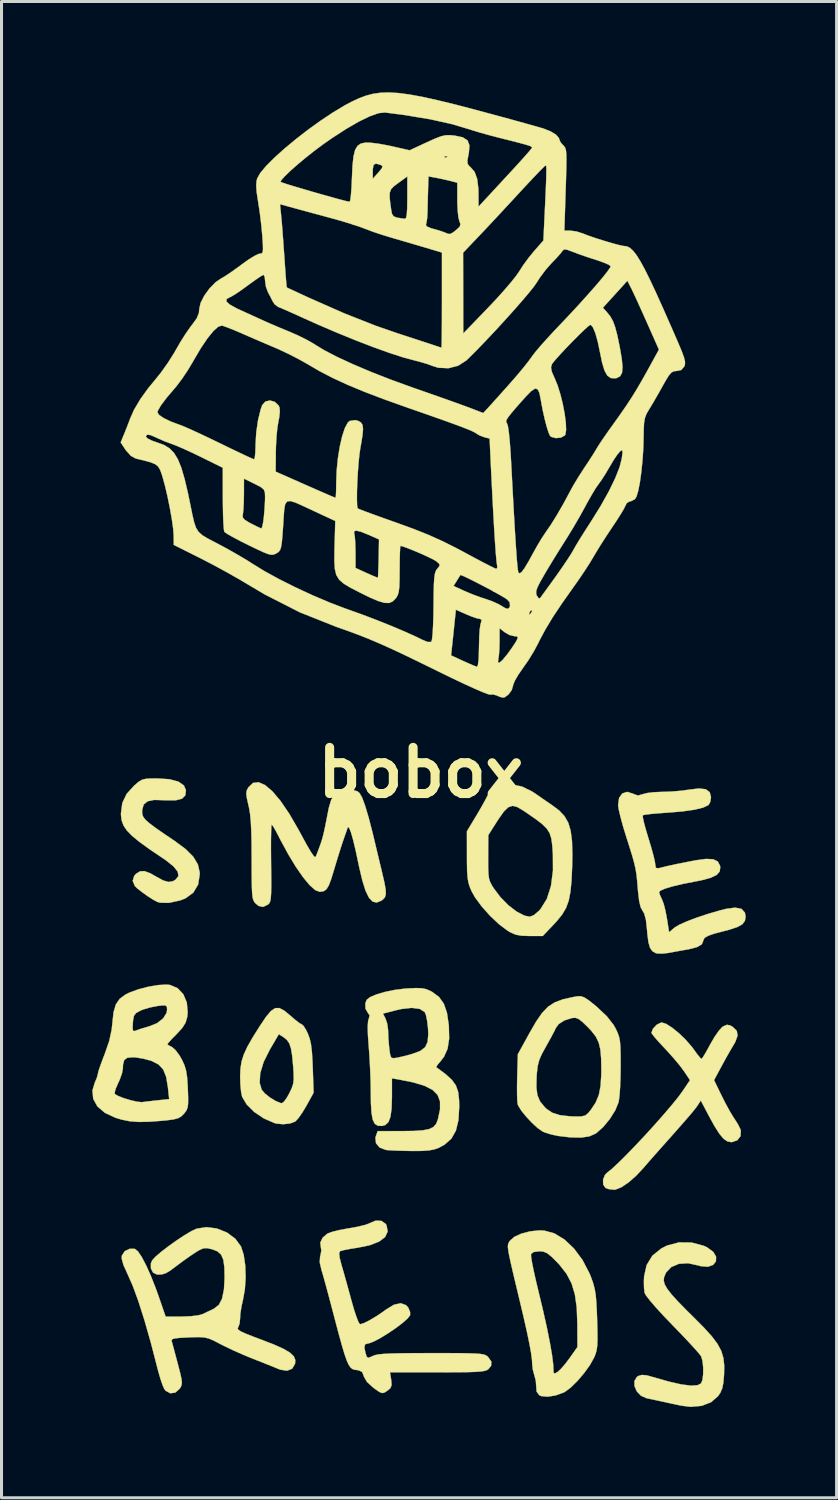
<source format=kicad_pcb>
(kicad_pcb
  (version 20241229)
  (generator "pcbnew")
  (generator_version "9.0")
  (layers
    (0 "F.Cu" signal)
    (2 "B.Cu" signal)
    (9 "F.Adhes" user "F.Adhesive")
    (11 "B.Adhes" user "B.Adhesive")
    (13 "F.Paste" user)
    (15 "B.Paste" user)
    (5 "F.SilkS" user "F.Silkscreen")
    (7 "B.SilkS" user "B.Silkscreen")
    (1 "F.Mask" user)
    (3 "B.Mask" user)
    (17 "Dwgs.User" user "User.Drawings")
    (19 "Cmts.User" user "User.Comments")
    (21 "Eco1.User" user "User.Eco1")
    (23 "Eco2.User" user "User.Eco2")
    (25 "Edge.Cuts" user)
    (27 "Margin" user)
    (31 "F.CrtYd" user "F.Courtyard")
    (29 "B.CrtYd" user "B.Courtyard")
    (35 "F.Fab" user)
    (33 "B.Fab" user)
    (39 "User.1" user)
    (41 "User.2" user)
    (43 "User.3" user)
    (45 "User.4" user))
  (footprint "bobox"
    (layer "F.Cu")
    (at 10.852 22.477)
    (property "Reference" "bobox" (at 0 0 0) (layer "F.SilkS") (effects (font (size 1.524 1.524) (thickness 0.3))))
    (attr through_hole)
    (fp_poly (pts (xy -8.307 0.217) (xy -8.01 0.295) (xy -7.826 0.424) (xy -7.759 0.581) (xy -7.779 0.751) (xy -7.889 0.861) (xy -8.099 0.914) (xy -8.417 0.915) (xy -8.489 0.91) (xy -8.81 0.901) (xy -9.026 0.946) (xy -9.153 1.051) (xy -9.204 1.225) (xy -9.207 1.298) (xy -9.199 1.384) (xy -9.166 1.467) (xy -9.093 1.559) (xy -8.968 1.67) (xy -8.776 1.815) (xy -8.506 2.003) (xy -8.142 2.249) (xy -8.134 2.254) (xy -7.769 2.525) (xy -7.516 2.779) (xy -7.365 3.031) (xy -7.305 3.294) (xy -7.303 3.36) (xy -7.356 3.697) (xy -7.515 3.963) (xy -7.774 4.153) (xy -7.95 4.221) (xy -8.322 4.302) (xy -8.608 4.297) (xy -8.7 4.272) (xy -8.833 4.202) (xy -9.017 4.085) (xy -9.209 3.948) (xy -9.368 3.823) (xy -9.444 3.75) (xy -9.518 3.575) (xy -9.467 3.408) (xy -9.409 3.344) (xy -9.277 3.26) (xy -9.128 3.253) (xy -8.935 3.325) (xy -8.753 3.429) (xy -8.512 3.561) (xy -8.333 3.612) (xy -8.187 3.586) (xy -8.099 3.534) (xy -8.007 3.415) (xy -8.03 3.271) (xy -8.168 3.099) (xy -8.424 2.893) (xy -8.524 2.826) (xy -8.955 2.534) (xy -9.289 2.293) (xy -9.536 2.09) (xy -9.71 1.912) (xy -9.821 1.747) (xy -9.882 1.582) (xy -9.905 1.404) (xy -9.906 1.347) (xy -9.861 1.001) (xy -9.717 0.701) (xy -9.471 0.429) (xy -9.331 0.308) (xy -9.216 0.237) (xy -9.084 0.203) (xy -8.893 0.192) (xy -8.715 0.191) (xy -8.307 0.217)) (stroke (width 0.01) (type solid)) (fill yes) (layer "F.SilkS"))
    (fp_poly (pts (xy -4.513 7.86) (xy -4.316 8.022) (xy -4.312 8.026) (xy -4.141 8.173) (xy -4.003 8.278) (xy -3.927 8.318) (xy -3.927 8.319) (xy -3.869 8.372) (xy -3.786 8.508) (xy -3.732 8.62) (xy -3.671 8.783) (xy -3.628 8.97) (xy -3.598 9.211) (xy -3.578 9.535) (xy -3.569 9.747) (xy -3.541 10.573) (xy -3.777 11.002) (xy -3.909 11.223) (xy -4.038 11.408) (xy -4.139 11.519) (xy -4.148 11.526) (xy -4.317 11.59) (xy -4.545 11.615) (xy -4.771 11.594) (xy -4.826 11.58) (xy -5.185 11.424) (xy -5.504 11.21) (xy -5.753 10.962) (xy -5.902 10.711) (xy -5.935 10.56) (xy -5.958 10.33) (xy -5.961 10.25) (xy -5.323 10.25) (xy -5.256 10.476) (xy -5.152 10.599) (xy -4.982 10.734) (xy -4.793 10.849) (xy -4.63 10.915) (xy -4.589 10.921) (xy -4.52 10.869) (xy -4.423 10.734) (xy -4.343 10.591) (xy -4.262 10.42) (xy -4.215 10.277) (xy -4.198 10.119) (xy -4.203 9.905) (xy -4.217 9.699) (xy -4.249 9.354) (xy -4.289 9.11) (xy -4.345 8.943) (xy -4.426 8.827) (xy -4.529 8.744) (xy -4.689 8.64) (xy -4.984 9.143) (xy -5.192 9.558) (xy -5.305 9.932) (xy -5.323 10.25) (xy -5.961 10.25) (xy -5.968 10.068) (xy -5.968 10.045) (xy -5.958 9.784) (xy -5.923 9.551) (xy -5.851 9.32) (xy -5.734 9.064) (xy -5.561 8.759) (xy -5.322 8.379) (xy -5.314 8.366) (xy -5.113 8.067) (xy -4.951 7.874) (xy -4.811 7.78) (xy -4.671 7.777) (xy -4.513 7.86)) (stroke (width 0.01) (type solid)) (fill yes) (layer "F.SilkS"))
    (fp_poly (pts (xy 8.944 15.524) (xy 9.349 15.632) (xy 9.458 15.683) (xy 9.662 15.831) (xy 9.756 15.993) (xy 9.751 16.145) (xy 9.658 16.263) (xy 9.487 16.324) (xy 9.25 16.305) (xy 9.172 16.282) (xy 8.832 16.208) (xy 8.527 16.227) (xy 8.277 16.333) (xy 8.101 16.517) (xy 8.037 16.673) (xy 8.027 16.784) (xy 8.058 16.906) (xy 8.141 17.053) (xy 8.284 17.237) (xy 8.497 17.472) (xy 8.79 17.771) (xy 8.991 17.969) (xy 9.345 18.325) (xy 9.612 18.619) (xy 9.803 18.873) (xy 9.928 19.107) (xy 9.998 19.34) (xy 10.025 19.592) (xy 10.02 19.878) (xy 9.997 20.154) (xy 9.959 20.345) (xy 9.894 20.492) (xy 9.82 20.599) (xy 9.59 20.8) (xy 9.281 20.919) (xy 8.913 20.952) (xy 8.604 20.913) (xy 8.48 20.887) (xy 8.276 20.843) (xy 8.035 20.79) (xy 8.033 20.79) (xy 7.792 20.738) (xy 7.587 20.694) (xy 7.461 20.668) (xy 7.46 20.668) (xy 7.274 20.585) (xy 7.137 20.442) (xy 7.061 20.268) (xy 7.058 20.098) (xy 7.141 19.963) (xy 7.185 19.934) (xy 7.303 19.898) (xy 7.461 19.911) (xy 7.645 19.961) (xy 8.179 20.114) (xy 8.603 20.211) (xy 8.923 20.252) (xy 9.143 20.238) (xy 9.258 20.18) (xy 9.305 20.068) (xy 9.329 19.876) (xy 9.33 19.65) (xy 9.308 19.438) (xy 9.263 19.284) (xy 9.197 19.197) (xy 9.057 19.036) (xy 8.857 18.818) (xy 8.613 18.56) (xy 8.34 18.278) (xy 8.314 18.251) (xy 8.015 17.94) (xy 7.761 17.662) (xy 7.565 17.433) (xy 7.438 17.267) (xy 7.394 17.186) (xy 7.375 17.026) (xy 7.371 16.8) (xy 7.378 16.644) (xy 7.461 16.268) (xy 7.65 15.96) (xy 7.947 15.719) (xy 8.14 15.622) (xy 8.528 15.52) (xy 8.944 15.524)) (stroke (width 0.01) (type solid)) (fill yes) (layer "F.SilkS"))
    (fp_poly (pts (xy 3.339 0.457) (xy 3.677 0.622) (xy 3.818 0.716) (xy 4.028 0.862) (xy 4.214 0.99) (xy 4.337 1.074) (xy 4.339 1.075) (xy 4.571 1.249) (xy 4.746 1.434) (xy 4.871 1.651) (xy 4.952 1.919) (xy 4.996 2.258) (xy 5.008 2.687) (xy 5.001 3.103) (xy 4.98 3.571) (xy 4.944 3.938) (xy 4.887 4.229) (xy 4.8 4.468) (xy 4.674 4.683) (xy 4.501 4.897) (xy 4.389 5.019) (xy 4.029 5.397) (xy 3.586 5.396) (xy 3.323 5.387) (xy 3.134 5.352) (xy 2.964 5.278) (xy 2.857 5.214) (xy 2.578 5.003) (xy 2.285 4.726) (xy 2.012 4.419) (xy 1.79 4.117) (xy 1.682 3.924) (xy 1.616 3.771) (xy 1.572 3.626) (xy 1.545 3.458) (xy 1.53 3.238) (xy 1.528 3.117) (xy 2.226 3.117) (xy 2.234 3.339) (xy 2.254 3.496) (xy 2.293 3.617) (xy 2.355 3.734) (xy 2.405 3.813) (xy 2.633 4.116) (xy 2.895 4.382) (xy 3.166 4.59) (xy 3.421 4.722) (xy 3.599 4.76) (xy 3.734 4.709) (xy 3.903 4.565) (xy 3.961 4.5) (xy 4.165 4.171) (xy 4.301 3.745) (xy 4.367 3.233) (xy 4.364 2.704) (xy 4.344 2.408) (xy 4.314 2.181) (xy 4.259 2.003) (xy 4.164 1.85) (xy 4.012 1.7) (xy 3.791 1.53) (xy 3.483 1.318) (xy 3.383 1.251) (xy 3.187 1.135) (xy 3.03 1.096) (xy 2.89 1.143) (xy 2.744 1.285) (xy 2.57 1.531) (xy 2.534 1.587) (xy 2.23 2.064) (xy 2.226 2.797) (xy 2.226 3.117) (xy 1.528 3.117) (xy 1.525 2.934) (xy 1.525 2.762) (xy 1.524 1.937) (xy 1.844 1.405) (xy 1.994 1.149) (xy 2.127 0.91) (xy 2.224 0.723) (xy 2.252 0.664) (xy 2.325 0.529) (xy 2.428 0.456) (xy 2.607 0.414) (xy 2.633 0.41) (xy 3.004 0.39) (xy 3.339 0.457)) (stroke (width 0.01) (type solid)) (fill yes) (layer "F.SilkS"))
    (fp_poly (pts (xy 4.072 15.128) (xy 4.412 15.221) (xy 4.748 15.425) (xy 5.064 15.725) (xy 5.346 16.105) (xy 5.577 16.55) (xy 5.622 16.661) (xy 5.691 16.855) (xy 5.741 17.036) (xy 5.776 17.233) (xy 5.799 17.477) (xy 5.816 17.798) (xy 5.826 18.072) (xy 5.836 18.451) (xy 5.838 18.73) (xy 5.83 18.932) (xy 5.809 19.083) (xy 5.774 19.207) (xy 5.733 19.31) (xy 5.595 19.56) (xy 5.401 19.832) (xy 5.179 20.094) (xy 4.956 20.313) (xy 4.76 20.459) (xy 4.728 20.476) (xy 4.456 20.574) (xy 4.195 20.617) (xy 3.983 20.598) (xy 3.917 20.57) (xy 3.826 20.447) (xy 3.815 20.299) (xy 3.8 20.089) (xy 3.755 19.919) (xy 3.701 19.724) (xy 3.683 19.566) (xy 3.673 19.392) (xy 3.641 19.155) (xy 3.584 18.844) (xy 3.501 18.446) (xy 3.388 17.949) (xy 3.265 17.431) (xy 3.141 16.914) (xy 3.044 16.506) (xy 2.972 16.192) (xy 2.922 15.96) (xy 2.912 15.908) (xy 3.642 15.908) (xy 3.645 15.998) (xy 3.676 16.189) (xy 3.731 16.461) (xy 3.805 16.793) (xy 3.894 17.162) (xy 4.041 17.775) (xy 4.166 18.335) (xy 4.265 18.829) (xy 4.336 19.239) (xy 4.375 19.553) (xy 4.381 19.693) (xy 4.388 19.825) (xy 4.427 19.852) (xy 4.521 19.798) (xy 4.628 19.7) (xy 4.773 19.532) (xy 4.918 19.341) (xy 5.175 18.977) (xy 5.172 18.204) (xy 5.152 17.673) (xy 5.091 17.239) (xy 4.982 16.875) (xy 4.815 16.557) (xy 4.582 16.259) (xy 4.505 16.177) (xy 4.316 15.989) (xy 4.178 15.878) (xy 4.058 15.826) (xy 3.927 15.812) (xy 3.916 15.812) (xy 3.725 15.838) (xy 3.642 15.908) (xy 2.912 15.908) (xy 2.891 15.793) (xy 2.878 15.678) (xy 2.881 15.6) (xy 2.896 15.546) (xy 2.922 15.499) (xy 2.947 15.462) (xy 3.091 15.336) (xy 3.325 15.229) (xy 3.609 15.155) (xy 3.908 15.123) (xy 4.072 15.128)) (stroke (width 0.01) (type solid)) (fill yes) (layer "F.SilkS"))
    (fp_poly (pts (xy 8.109 8.301) (xy 8.304 8.426) (xy 8.527 8.607) (xy 8.75 8.822) (xy 8.949 9.05) (xy 9.017 9.141) (xy 9.139 9.309) (xy 9.233 9.424) (xy 9.274 9.46) (xy 9.316 9.408) (xy 9.402 9.269) (xy 9.514 9.068) (xy 9.567 8.969) (xy 9.706 8.73) (xy 9.845 8.53) (xy 9.96 8.404) (xy 9.986 8.386) (xy 10.114 8.33) (xy 10.222 8.35) (xy 10.311 8.403) (xy 10.44 8.53) (xy 10.466 8.689) (xy 10.391 8.897) (xy 10.33 9.002) (xy 10.227 9.176) (xy 10.092 9.413) (xy 9.953 9.668) (xy 9.936 9.699) (xy 9.689 10.159) (xy 9.941 10.678) (xy 10.077 10.945) (xy 10.217 11.2) (xy 10.336 11.396) (xy 10.364 11.437) (xy 10.478 11.616) (xy 10.559 11.779) (xy 10.574 11.823) (xy 10.564 12.008) (xy 10.455 12.147) (xy 10.276 12.207) (xy 10.259 12.208) (xy 10.13 12.182) (xy 10.002 12.094) (xy 9.864 11.929) (xy 9.702 11.675) (xy 9.517 11.338) (xy 9.251 10.832) (xy 9.15 10.987) (xy 9.095 11.065) (xy 9.01 11.172) (xy 8.886 11.321) (xy 8.712 11.522) (xy 8.48 11.786) (xy 8.179 12.126) (xy 7.921 12.415) (xy 7.725 12.636) (xy 7.542 12.845) (xy 7.402 13.007) (xy 7.365 13.05) (xy 7.116 13.317) (xy 6.863 13.539) (xy 6.628 13.697) (xy 6.436 13.774) (xy 6.389 13.779) (xy 6.219 13.761) (xy 6.104 13.722) (xy 6.026 13.608) (xy 6.022 13.445) (xy 6.086 13.288) (xy 6.163 13.21) (xy 6.317 13.087) (xy 6.535 12.884) (xy 6.802 12.619) (xy 7.102 12.309) (xy 7.417 11.973) (xy 7.732 11.627) (xy 8.03 11.289) (xy 8.295 10.978) (xy 8.511 10.711) (xy 8.645 10.528) (xy 8.895 10.159) (xy 8.692 9.858) (xy 8.555 9.674) (xy 8.361 9.441) (xy 8.144 9.198) (xy 8.055 9.103) (xy 7.87 8.905) (xy 7.724 8.739) (xy 7.637 8.626) (xy 7.62 8.593) (xy 7.672 8.458) (xy 7.793 8.329) (xy 7.935 8.258) (xy 7.966 8.255) (xy 8.109 8.301)) (stroke (width 0.01) (type solid)) (fill yes) (layer "F.SilkS"))
    (fp_poly (pts (xy 5.392 7.421) (xy 5.535 7.511) (xy 5.735 7.669) (xy 5.819 7.74) (xy 6.147 8.049) (xy 6.371 8.336) (xy 6.438 8.455) (xy 6.504 8.595) (xy 6.549 8.723) (xy 6.579 8.868) (xy 6.595 9.056) (xy 6.602 9.315) (xy 6.604 9.671) (xy 6.604 9.7) (xy 6.599 10.053) (xy 6.586 10.385) (xy 6.566 10.662) (xy 6.542 10.852) (xy 6.536 10.883) (xy 6.428 11.15) (xy 6.246 11.441) (xy 6.024 11.71) (xy 5.794 11.913) (xy 5.783 11.921) (xy 5.577 12.014) (xy 5.301 12.057) (xy 4.938 12.049) (xy 4.538 12.002) (xy 4.305 11.953) (xy 4.09 11.884) (xy 4.022 11.854) (xy 3.862 11.742) (xy 3.673 11.569) (xy 3.483 11.366) (xy 3.321 11.166) (xy 3.219 11) (xy 3.201 10.952) (xy 3.188 10.832) (xy 3.181 10.617) (xy 3.18 10.401) (xy 3.819 10.401) (xy 3.854 10.659) (xy 3.942 10.864) (xy 4.094 11.05) (xy 4.149 11.104) (xy 4.34 11.234) (xy 4.594 11.316) (xy 4.935 11.355) (xy 5.088 11.36) (xy 5.298 11.358) (xy 5.428 11.329) (xy 5.527 11.252) (xy 5.623 11.134) (xy 5.779 10.897) (xy 5.882 10.648) (xy 5.94 10.353) (xy 5.963 9.979) (xy 5.965 9.842) (xy 5.959 9.447) (xy 5.933 9.149) (xy 5.878 8.918) (xy 5.785 8.725) (xy 5.644 8.541) (xy 5.519 8.408) (xy 5.339 8.234) (xy 5.213 8.137) (xy 5.11 8.1) (xy 4.999 8.106) (xy 4.99 8.108) (xy 4.748 8.184) (xy 4.557 8.305) (xy 4.463 8.433) (xy 4.415 8.535) (xy 4.321 8.714) (xy 4.196 8.939) (xy 4.142 9.036) (xy 4.001 9.293) (xy 3.913 9.494) (xy 3.863 9.687) (xy 3.835 9.924) (xy 3.826 10.055) (xy 3.819 10.401) (xy 3.18 10.401) (xy 3.18 10.338) (xy 3.185 10.055) (xy 3.207 9.303) (xy 3.588 8.61) (xy 3.809 8.226) (xy 4.007 7.94) (xy 4.204 7.734) (xy 4.425 7.59) (xy 4.695 7.489) (xy 5.037 7.413) (xy 5.175 7.389) (xy 5.281 7.385) (xy 5.392 7.421)) (stroke (width 0.01) (type solid)) (fill yes) (layer "F.SilkS"))
    (fp_poly (pts (xy -5.143 0.411) (xy -4.901 0.617) (xy -4.634 0.934) (xy -4.345 1.358) (xy -4.039 1.886) (xy -3.974 2.006) (xy -3.775 2.373) (xy -3.627 2.625) (xy -3.529 2.764) (xy -3.479 2.792) (xy -3.477 2.789) (xy -3.447 2.719) (xy -3.389 2.569) (xy -3.343 2.445) (xy -3.291 2.299) (xy -3.247 2.153) (xy -3.204 1.982) (xy -3.156 1.759) (xy -3.096 1.457) (xy -3.04 1.166) (xy -2.957 0.888) (xy -2.819 0.711) (xy -2.605 0.615) (xy -2.429 0.587) (xy -2.222 0.58) (xy -2.093 0.616) (xy -2.022 0.676) (xy -1.938 0.824) (xy -1.837 1.098) (xy -1.719 1.496) (xy -1.585 2.017) (xy -1.536 2.223) (xy -1.455 2.562) (xy -1.364 2.945) (xy -1.28 3.292) (xy -1.276 3.311) (xy -1.2 3.638) (xy -1.16 3.866) (xy -1.155 4.02) (xy -1.187 4.122) (xy -1.256 4.196) (xy -1.302 4.229) (xy -1.454 4.291) (xy -1.588 4.262) (xy -1.71 4.135) (xy -1.824 3.903) (xy -1.932 3.559) (xy -2.041 3.096) (xy -2.064 2.986) (xy -2.155 2.556) (xy -2.238 2.213) (xy -2.309 1.966) (xy -2.366 1.825) (xy -2.406 1.798) (xy -2.415 1.815) (xy -2.46 1.944) (xy -2.528 2.138) (xy -2.568 2.254) (xy -2.635 2.456) (xy -2.723 2.735) (xy -2.817 3.045) (xy -2.864 3.203) (xy -2.96 3.516) (xy -3.039 3.725) (xy -3.116 3.851) (xy -3.202 3.915) (xy -3.312 3.935) (xy -3.344 3.936) (xy -3.489 3.88) (xy -3.672 3.717) (xy -3.887 3.458) (xy -4.125 3.115) (xy -4.378 2.698) (xy -4.638 2.219) (xy -4.692 2.111) (xy -4.795 1.915) (xy -4.879 1.773) (xy -4.926 1.715) (xy -4.927 1.714) (xy -4.937 1.775) (xy -4.944 1.943) (xy -4.949 2.201) (xy -4.95 2.528) (xy -4.947 2.907) (xy -4.946 2.993) (xy -4.941 3.428) (xy -4.94 3.755) (xy -4.945 3.989) (xy -4.956 4.148) (xy -4.974 4.25) (xy -5.002 4.312) (xy -5.041 4.352) (xy -5.049 4.358) (xy -5.213 4.437) (xy -5.359 4.402) (xy -5.461 4.318) (xy -5.503 4.268) (xy -5.535 4.204) (xy -5.558 4.108) (xy -5.573 3.961) (xy -5.582 3.748) (xy -5.586 3.45) (xy -5.588 3.05) (xy -5.588 2.851) (xy -5.591 2.339) (xy -5.6 1.933) (xy -5.616 1.613) (xy -5.641 1.359) (xy -5.676 1.15) (xy -5.693 1.076) (xy -5.746 0.844) (xy -5.766 0.696) (xy -5.753 0.595) (xy -5.706 0.503) (xy -5.691 0.48) (xy -5.542 0.339) (xy -5.358 0.317) (xy -5.143 0.411)) (stroke (width 0.01) (type solid)) (fill yes) (layer "F.SilkS"))
    (fp_poly (pts (xy 0.036 7.123) (xy 0.181 7.153) (xy 0.319 7.213) (xy 0.381 7.247) (xy 0.604 7.413) (xy 0.762 7.635) (xy 0.865 7.935) (xy 0.924 8.334) (xy 0.927 8.365) (xy 0.937 8.789) (xy 0.885 9.123) (xy 0.765 9.39) (xy 0.648 9.54) (xy 0.55 9.656) (xy 0.51 9.727) (xy 0.513 9.733) (xy 0.817 9.958) (xy 1.028 10.15) (xy 1.162 10.337) (xy 1.235 10.549) (xy 1.265 10.814) (xy 1.27 11.035) (xy 1.244 11.481) (xy 1.16 11.827) (xy 1.011 12.091) (xy 0.786 12.29) (xy 0.603 12.39) (xy 0.447 12.447) (xy 0.26 12.482) (xy 0.009 12.498) (xy -0.318 12.499) (xy -0.614 12.493) (xy -0.879 12.484) (xy -1.077 12.472) (xy -1.152 12.465) (xy -1.358 12.387) (xy -1.48 12.244) (xy -1.499 12.062) (xy -1.486 12.015) (xy -1.425 11.843) (xy -0.633 11.842) (xy -0.228 11.837) (xy 0.07 11.816) (xy 0.279 11.775) (xy 0.418 11.706) (xy 0.507 11.604) (xy 0.564 11.461) (xy 0.567 11.449) (xy 0.636 11.123) (xy 0.635 10.858) (xy 0.554 10.647) (xy 0.385 10.478) (xy 0.118 10.343) (xy -0.257 10.231) (xy -0.746 10.134) (xy -0.953 10.1) (xy -0.953 10.717) (xy -0.965 11.097) (xy -1.001 11.366) (xy -1.067 11.542) (xy -1.17 11.64) (xy -1.281 11.672) (xy -1.419 11.666) (xy -1.519 11.602) (xy -1.587 11.466) (xy -1.628 11.242) (xy -1.648 10.917) (xy -1.651 10.626) (xy -1.657 10.222) (xy -1.675 9.761) (xy -1.7 9.31) (xy -1.719 9.056) (xy -1.747 8.66) (xy -1.754 8.379) (xy -1.74 8.202) (xy -1.72 8.139) (xy -1.69 8.017) (xy -1.73 7.961) (xy -1.25 7.961) (xy -1.165 8.124) (xy -1.108 8.297) (xy -1.08 8.51) (xy -1.079 8.541) (xy -1.071 8.762) (xy -1.05 9.023) (xy -1.039 9.125) (xy -1.012 9.316) (xy -0.978 9.41) (xy -0.912 9.435) (xy -0.801 9.421) (xy -0.624 9.383) (xy -0.393 9.324) (xy -0.265 9.287) (xy -0.014 9.193) (xy 0.144 9.071) (xy 0.226 8.896) (xy 0.248 8.64) (xy 0.239 8.445) (xy 0.212 8.209) (xy 0.173 8.016) (xy 0.129 7.908) (xy -0.038 7.804) (xy -0.299 7.771) (xy -0.642 7.809) (xy -0.812 7.848) (xy -1.25 7.961) (xy -1.73 7.961) (xy -1.748 7.936) (xy -1.827 7.799) (xy -1.831 7.619) (xy -1.786 7.503) (xy -1.673 7.415) (xy -1.462 7.326) (xy -1.183 7.244) (xy -0.863 7.178) (xy -0.532 7.136) (xy -0.435 7.129) (xy -0.156 7.116) (xy 0.036 7.123)) (stroke (width 0.01) (type solid)) (fill yes) (layer "F.SilkS"))
    (fp_poly (pts (xy -8.286 7.013) (xy -8.035 7.12) (xy -7.845 7.321) (xy -7.73 7.596) (xy -7.701 7.923) (xy -7.717 8.077) (xy -7.772 8.263) (xy -7.885 8.441) (xy -8.079 8.65) (xy -8.079 8.651) (xy -8.233 8.806) (xy -8.338 8.923) (xy -8.374 8.979) (xy -8.374 8.98) (xy -8.305 9.021) (xy -8.207 9.074) (xy -8.1 9.17) (xy -7.974 9.34) (xy -7.893 9.48) (xy -7.809 9.662) (xy -7.755 9.841) (xy -7.721 10.059) (xy -7.7 10.353) (xy -7.696 10.45) (xy -7.686 10.744) (xy -7.688 10.942) (xy -7.706 11.072) (xy -7.746 11.167) (xy -7.812 11.255) (xy -7.824 11.268) (xy -7.914 11.358) (xy -8.018 11.417) (xy -8.17 11.457) (xy -8.403 11.487) (xy -8.513 11.498) (xy -8.96 11.533) (xy -9.316 11.54) (xy -9.613 11.518) (xy -9.884 11.463) (xy -10.089 11.401) (xy -10.438 11.238) (xy -10.685 11.026) (xy -10.823 10.775) (xy -10.841 10.572) (xy -10.115 10.572) (xy -10.108 10.618) (xy -9.997 10.683) (xy -9.807 10.756) (xy -9.584 10.823) (xy -9.374 10.871) (xy -9.222 10.887) (xy -9.207 10.885) (xy -9.056 10.866) (xy -8.836 10.841) (xy -8.681 10.824) (xy -8.313 10.785) (xy -8.355 10.393) (xy -8.412 10.051) (xy -8.509 9.808) (xy -8.663 9.642) (xy -8.888 9.527) (xy -8.925 9.514) (xy -9.169 9.449) (xy -9.417 9.409) (xy -9.502 9.403) (xy -9.694 9.419) (xy -9.798 9.494) (xy -9.839 9.654) (xy -9.842 9.773) (xy -9.871 9.93) (xy -9.944 10.137) (xy -10 10.259) (xy -10.078 10.438) (xy -10.115 10.572) (xy -10.841 10.572) (xy -10.847 10.497) (xy -10.772 10.246) (xy -10.703 10.082) (xy -10.669 9.96) (xy -10.668 9.947) (xy -10.646 9.855) (xy -10.586 9.676) (xy -10.499 9.44) (xy -10.443 9.298) (xy -10.293 8.864) (xy -10.21 8.478) (xy -10.208 8.451) (xy -9.521 8.451) (xy -9.505 8.531) (xy -9.451 8.536) (xy -9.386 8.511) (xy -9.228 8.456) (xy -9.024 8.396) (xy -8.979 8.384) (xy -8.716 8.279) (xy -8.514 8.122) (xy -8.399 7.938) (xy -8.382 7.837) (xy -8.388 7.739) (xy -8.428 7.693) (xy -8.533 7.689) (xy -8.707 7.71) (xy -8.952 7.759) (xy -9.187 7.83) (xy -9.263 7.862) (xy -9.405 7.94) (xy -9.476 8.032) (xy -9.506 8.184) (xy -9.513 8.271) (xy -9.521 8.451) (xy -10.208 8.451) (xy -10.189 8.267) (xy -10.15 7.913) (xy -10.075 7.658) (xy -9.949 7.473) (xy -9.756 7.331) (xy -9.632 7.269) (xy -9.337 7.16) (xy -9.006 7.073) (xy -8.68 7.018) (xy -8.403 7.002) (xy -8.286 7.013)) (stroke (width 0.01) (type solid)) (fill yes) (layer "F.SilkS"))
    (fp_poly (pts (xy 9.416 0.549) (xy 9.545 0.644) (xy 9.588 0.81) (xy 9.588 0.816) (xy 9.562 0.973) (xy 9.507 1.068) (xy 9.336 1.152) (xy 9.045 1.224) (xy 8.639 1.281) (xy 8.125 1.324) (xy 8.115 1.324) (xy 7.821 1.345) (xy 7.574 1.368) (xy 7.403 1.391) (xy 7.333 1.409) (xy 7.336 1.481) (xy 7.373 1.649) (xy 7.437 1.886) (xy 7.52 2.163) (xy 7.61 2.46) (xy 7.683 2.725) (xy 7.732 2.929) (xy 7.747 3.034) (xy 7.765 3.145) (xy 7.844 3.16) (xy 7.89 3.149) (xy 8.124 3.091) (xy 8.471 3.016) (xy 8.92 2.927) (xy 9.081 2.896) (xy 9.422 2.85) (xy 9.662 2.861) (xy 9.812 2.935) (xy 9.886 3.074) (xy 9.894 3.124) (xy 9.876 3.265) (xy 9.776 3.378) (xy 9.583 3.472) (xy 9.282 3.554) (xy 9.069 3.596) (xy 8.66 3.676) (xy 8.321 3.756) (xy 8.068 3.832) (xy 7.915 3.9) (xy 7.874 3.946) (xy 7.902 4.046) (xy 7.966 4.181) (xy 8.023 4.328) (xy 8.081 4.553) (xy 8.13 4.808) (xy 8.131 4.811) (xy 8.203 5.272) (xy 8.386 5.118) (xy 8.537 5.027) (xy 8.784 4.916) (xy 9.102 4.795) (xy 9.463 4.674) (xy 9.841 4.563) (xy 10.078 4.502) (xy 10.384 4.459) (xy 10.594 4.499) (xy 10.708 4.623) (xy 10.732 4.76) (xy 10.707 4.899) (xy 10.623 5.009) (xy 10.459 5.101) (xy 10.197 5.188) (xy 10.001 5.239) (xy 9.692 5.32) (xy 9.49 5.391) (xy 9.377 5.458) (xy 9.336 5.532) (xy 9.335 5.551) (xy 9.284 5.671) (xy 9.126 5.764) (xy 8.851 5.835) (xy 8.817 5.841) (xy 8.553 5.887) (xy 8.283 5.937) (xy 8.187 5.955) (xy 7.981 5.979) (xy 7.808 5.973) (xy 7.762 5.962) (xy 7.651 5.898) (xy 7.574 5.788) (xy 7.522 5.608) (xy 7.486 5.335) (xy 7.474 5.185) (xy 7.438 4.864) (xy 7.382 4.654) (xy 7.328 4.565) (xy 7.264 4.446) (xy 7.215 4.241) (xy 7.178 3.931) (xy 7.172 3.857) (xy 7.15 3.59) (xy 7.127 3.375) (xy 7.097 3.184) (xy 7.052 2.987) (xy 6.988 2.754) (xy 6.896 2.458) (xy 6.781 2.095) (xy 6.683 1.776) (xy 6.602 1.479) (xy 6.544 1.237) (xy 6.519 1.08) (xy 6.519 1.072) (xy 6.552 0.834) (xy 6.66 0.685) (xy 6.823 0.635) (xy 7.024 0.699) (xy 7.045 0.711) (xy 7.174 0.755) (xy 7.327 0.713) (xy 7.333 0.711) (xy 7.477 0.673) (xy 7.703 0.646) (xy 7.961 0.635) (xy 7.981 0.635) (xy 8.291 0.624) (xy 8.62 0.596) (xy 8.866 0.561) (xy 9.192 0.522) (xy 9.416 0.549)) (stroke (width 0.01) (type solid)) (fill yes) (layer "F.SilkS"))
    (fp_poly (pts (xy -6.734 15.061) (xy -6.405 15.193) (xy -6.128 15.398) (xy -5.94 15.654) (xy -5.852 15.924) (xy -5.8 16.277) (xy -5.786 16.672) (xy -5.812 17.068) (xy -5.871 17.399) (xy -5.926 17.649) (xy -5.962 17.883) (xy -5.97 18.025) (xy -5.985 18.195) (xy -6.027 18.313) (xy -6.03 18.316) (xy -6.051 18.361) (xy -6.027 18.407) (xy -5.942 18.462) (xy -5.78 18.536) (xy -5.526 18.636) (xy -5.257 18.737) (xy -4.837 18.9) (xy -4.528 19.04) (xy -4.318 19.165) (xy -4.194 19.285) (xy -4.145 19.407) (xy -4.154 19.528) (xy -4.248 19.691) (xy -4.416 19.758) (xy -4.64 19.725) (xy -4.699 19.702) (xy -4.854 19.638) (xy -5.09 19.543) (xy -5.368 19.433) (xy -5.537 19.367) (xy -5.864 19.233) (xy -6.21 19.079) (xy -6.517 18.932) (xy -6.617 18.881) (xy -6.839 18.765) (xy -7.005 18.694) (xy -7.16 18.658) (xy -7.345 18.648) (xy -7.605 18.655) (xy -7.67 18.658) (xy -7.947 18.672) (xy -8.12 18.69) (xy -8.208 18.716) (xy -8.233 18.757) (xy -8.229 18.787) (xy -8.2 18.889) (xy -8.147 19.084) (xy -8.079 19.339) (xy -8.026 19.539) (xy -7.951 19.83) (xy -7.907 20.026) (xy -7.893 20.155) (xy -7.906 20.245) (xy -7.945 20.323) (xy -7.961 20.348) (xy -8.106 20.48) (xy -8.273 20.505) (xy -8.427 20.423) (xy -8.471 20.368) (xy -8.529 20.241) (xy -8.601 20.03) (xy -8.675 19.772) (xy -8.698 19.685) (xy -8.916 18.842) (xy -9.127 18.101) (xy -9.328 17.468) (xy -9.518 16.95) (xy -9.693 16.554) (xy -9.825 16.262) (xy -9.881 16.056) (xy -9.877 15.959) (xy -9.782 15.811) (xy -9.613 15.73) (xy -9.445 15.734) (xy -9.346 15.814) (xy -9.22 16) (xy -9.075 16.277) (xy -8.917 16.629) (xy -8.754 17.041) (xy -8.663 17.296) (xy -8.43 17.971) (xy -7.903 17.971) (xy -7.595 17.959) (xy -7.343 17.927) (xy -7.197 17.884) (xy -6.999 17.789) (xy -6.832 17.709) (xy -6.673 17.585) (xy -6.565 17.378) (xy -6.503 17.075) (xy -6.482 16.694) (xy -6.489 16.341) (xy -6.524 16.091) (xy -6.597 15.924) (xy -6.716 15.816) (xy -6.885 15.749) (xy -7.057 15.709) (xy -7.185 15.716) (xy -7.324 15.778) (xy -7.437 15.847) (xy -7.64 15.982) (xy -7.882 16.155) (xy -8.065 16.292) (xy -8.278 16.451) (xy -8.432 16.541) (xy -8.564 16.579) (xy -8.71 16.581) (xy -8.717 16.581) (xy -8.844 16.518) (xy -8.916 16.381) (xy -8.917 16.213) (xy -8.874 16.112) (xy -8.764 15.992) (xy -8.574 15.829) (xy -8.331 15.642) (xy -8.064 15.452) (xy -7.802 15.279) (xy -7.573 15.143) (xy -7.411 15.068) (xy -7.081 15.015) (xy -6.734 15.061)) (stroke (width 0.01) (type solid)) (fill yes) (layer "F.SilkS"))
    (fp_poly (pts (xy -1.299 14.81) (xy -1.159 14.908) (xy -1.131 14.955) (xy -1.094 15.16) (xy -1.178 15.341) (xy -1.377 15.493) (xy -1.686 15.613) (xy -2.086 15.695) (xy -2.333 15.734) (xy -2.535 15.773) (xy -2.654 15.805) (xy -2.667 15.811) (xy -2.697 15.877) (xy -2.682 16.022) (xy -2.62 16.264) (xy -2.611 16.294) (xy -2.54 16.539) (xy -2.45 16.861) (xy -2.353 17.213) (xy -2.281 17.478) (xy -2.198 17.765) (xy -2.119 18.001) (xy -2.053 18.162) (xy -2.009 18.224) (xy -2.007 18.224) (xy -1.886 18.189) (xy -1.695 18.095) (xy -1.467 17.959) (xy -1.232 17.8) (xy -1.152 17.741) (xy -0.885 17.578) (xy -0.662 17.529) (xy -0.487 17.593) (xy -0.413 17.676) (xy -0.353 17.82) (xy -0.353 17.926) (xy -0.436 18.034) (xy -0.604 18.182) (xy -0.827 18.351) (xy -1.078 18.521) (xy -1.328 18.675) (xy -1.549 18.792) (xy -1.712 18.854) (xy -1.752 18.86) (xy -1.842 18.889) (xy -1.864 18.991) (xy -1.83 19.162) (xy -1.786 19.299) (xy -1.729 19.333) (xy -1.615 19.287) (xy -1.589 19.273) (xy -1.511 19.243) (xy -1.397 19.22) (xy -1.23 19.203) (xy -0.997 19.191) (xy -0.684 19.183) (xy -0.275 19.179) (xy 0.244 19.177) (xy 0.346 19.177) (xy 0.864 19.177) (xy 1.27 19.179) (xy 1.58 19.184) (xy 1.807 19.192) (xy 1.967 19.204) (xy 2.075 19.222) (xy 2.147 19.247) (xy 2.196 19.28) (xy 2.223 19.304) (xy 2.333 19.46) (xy 2.323 19.599) (xy 2.233 19.707) (xy 2.184 19.74) (xy 2.106 19.765) (xy 1.985 19.784) (xy 1.805 19.797) (xy 1.551 19.806) (xy 1.208 19.81) (xy 0.758 19.812) (xy 0.55 19.812) (xy -1.018 19.812) (xy -0.978 20.058) (xy -0.964 20.231) (xy -1.004 20.336) (xy -1.087 20.407) (xy -1.192 20.477) (xy -1.271 20.498) (xy -1.363 20.464) (xy -1.506 20.366) (xy -1.578 20.312) (xy -1.779 20.128) (xy -1.88 19.951) (xy -1.884 19.935) (xy -1.937 19.801) (xy -2.054 19.745) (xy -2.117 19.736) (xy -2.196 19.725) (xy -2.265 19.699) (xy -2.327 19.646) (xy -2.387 19.554) (xy -2.45 19.411) (xy -2.522 19.204) (xy -2.606 18.922) (xy -2.709 18.55) (xy -2.834 18.078) (xy -2.954 17.621) (xy -3.046 17.273) (xy -3.135 16.942) (xy -3.213 16.661) (xy -3.271 16.462) (xy -3.281 16.429) (xy -3.339 16.179) (xy -3.327 15.989) (xy -3.315 15.948) (xy -3.285 15.79) (xy -3.302 15.68) (xy -3.32 15.527) (xy -3.242 15.364) (xy -3.088 15.232) (xy -3.067 15.22) (xy -2.922 15.169) (xy -2.693 15.112) (xy -2.424 15.061) (xy -2.349 15.049) (xy -2.086 15.002) (xy -1.86 14.947) (xy -1.71 14.896) (xy -1.684 14.882) (xy -1.487 14.799) (xy -1.299 14.81)) (stroke (width 0.01) (type solid)) (fill yes) (layer "F.SilkS"))
    (fp_poly (pts (xy -0.735 -22.453) (xy -0.366 -22.404) (xy 0.064 -22.325) (xy 0.568 -22.213) (xy 1.158 -22.069) (xy 1.843 -21.89) (xy 2.637 -21.675) (xy 2.794 -21.633) (xy 3.157 -21.533) (xy 3.492 -21.44) (xy 3.773 -21.361) (xy 3.976 -21.303) (xy 4.056 -21.279) (xy 4.291 -21.186) (xy 4.47 -21.075) (xy 4.564 -20.966) (xy 4.572 -20.932) (xy 4.615 -20.83) (xy 4.702 -20.73) (xy 4.744 -20.687) (xy 4.776 -20.633) (xy 4.797 -20.551) (xy 4.809 -20.424) (xy 4.812 -20.235) (xy 4.808 -19.966) (xy 4.798 -19.6) (xy 4.787 -19.26) (xy 4.743 -17.907) (xy 4.941 -17.907) (xy 5.142 -17.88) (xy 5.348 -17.816) (xy 5.528 -17.745) (xy 5.771 -17.662) (xy 6.042 -17.576) (xy 6.307 -17.497) (xy 6.534 -17.436) (xy 6.687 -17.402) (xy 6.721 -17.399) (xy 6.815 -17.385) (xy 6.91 -17.338) (xy 7.01 -17.248) (xy 7.122 -17.107) (xy 7.248 -16.906) (xy 7.396 -16.637) (xy 7.568 -16.291) (xy 7.771 -15.859) (xy 8.008 -15.333) (xy 8.286 -14.703) (xy 8.491 -14.232) (xy 8.617 -13.934) (xy 8.694 -13.726) (xy 8.729 -13.584) (xy 8.728 -13.484) (xy 8.708 -13.423) (xy 8.606 -13.303) (xy 8.451 -13.271) (xy 8.355 -13.261) (xy 8.273 -13.213) (xy 8.185 -13.107) (xy 8.073 -12.922) (xy 7.993 -12.779) (xy 7.844 -12.513) (xy 7.692 -12.25) (xy 7.566 -12.039) (xy 7.544 -12.005) (xy 7.457 -11.855) (xy 7.404 -11.715) (xy 7.376 -11.547) (xy 7.365 -11.311) (xy 7.363 -11.148) (xy 7.353 -10.738) (xy 7.326 -10.327) (xy 7.287 -9.938) (xy 7.239 -9.592) (xy 7.184 -9.311) (xy 7.125 -9.117) (xy 7.074 -9.036) (xy 6.948 -8.969) (xy 6.882 -8.954) (xy 6.803 -8.901) (xy 6.76 -8.818) (xy 6.708 -8.712) (xy 6.599 -8.53) (xy 6.452 -8.299) (xy 6.316 -8.096) (xy 6.126 -7.81) (xy 5.938 -7.517) (xy 5.78 -7.259) (xy 5.708 -7.136) (xy 5.585 -6.931) (xy 5.411 -6.661) (xy 5.211 -6.366) (xy 5.041 -6.126) (xy 4.664 -5.592) (xy 4.36 -5.135) (xy 4.118 -4.734) (xy 3.924 -4.372) (xy 3.874 -4.267) (xy 3.737 -4.011) (xy 3.558 -3.719) (xy 3.373 -3.453) (xy 3.367 -3.444) (xy 3.218 -3.23) (xy 3.107 -3.037) (xy 3.051 -2.899) (xy 3.048 -2.876) (xy 3.004 -2.727) (xy 2.899 -2.583) (xy 2.773 -2.491) (xy 2.715 -2.478) (xy 2.597 -2.51) (xy 2.52 -2.547) (xy 2.381 -2.586) (xy 2.307 -2.576) (xy 2.223 -2.593) (xy 2.039 -2.663) (xy 1.768 -2.78) (xy 1.422 -2.938) (xy 1.013 -3.132) (xy 0.612 -3.328) (xy 0.003 -3.627) (xy -0.509 -3.875) (xy 1 -3.875) (xy 1.405 -3.688) (xy 1.613 -3.595) (xy 1.774 -3.527) (xy 1.856 -3.497) (xy 1.857 -3.497) (xy 1.886 -3.552) (xy 1.899 -3.645) (xy 2.55 -3.645) (xy 2.599 -3.633) (xy 2.703 -3.723) (xy 2.858 -3.912) (xy 2.865 -3.921) (xy 3.003 -4.112) (xy 3.117 -4.284) (xy 3.167 -4.366) (xy 3.21 -4.47) (xy 3.164 -4.505) (xy 3.091 -4.508) (xy 2.933 -4.547) (xy 2.771 -4.64) (xy 2.603 -4.772) (xy 2.603 -4.338) (xy 2.597 -4.095) (xy 2.582 -3.884) (xy 2.563 -3.762) (xy 2.55 -3.645) (xy 1.899 -3.645) (xy 1.907 -3.697) (xy 1.915 -3.826) (xy 1.922 -4.1) (xy 1.929 -4.4) (xy 1.932 -4.508) (xy 1.946 -4.726) (xy 1.972 -4.902) (xy 1.993 -4.969) (xy 2.009 -5.059) (xy 1.945 -5.08) (xy 1.835 -5.105) (xy 1.655 -5.168) (xy 1.542 -5.215) (xy 3.572 -5.215) (xy 3.619 -5.245) (xy 3.627 -5.254) (xy 3.678 -5.337) (xy 3.671 -5.367) (xy 3.623 -5.348) (xy 3.592 -5.289) (xy 3.572 -5.215) (xy 1.542 -5.215) (xy 1.502 -5.232) (xy 1.159 -5.383) (xy 1.119 -4.994) (xy 1.089 -4.702) (xy 1.056 -4.39) (xy 1.04 -4.239) (xy 1 -3.875) (xy -0.509 -3.875) (xy -0.513 -3.877) (xy -0.956 -4.085) (xy -1.347 -4.261) (xy -1.704 -4.413) (xy -2.049 -4.55) (xy -2.4 -4.68) (xy -2.778 -4.813) (xy -2.8 -4.821) (xy -3.993 -5.296) (xy -5.16 -5.891) (xy -5.639 -6.175) (xy -5.985 -6.381) (xy -6.397 -6.615) (xy -6.827 -6.849) (xy -7.225 -7.056) (xy -7.271 -7.079) (xy -8.16 -7.525) (xy -8.164 -7.842) (xy -8.182 -8.071) (xy -8.227 -8.386) (xy -8.292 -8.751) (xy -8.369 -9.129) (xy -8.453 -9.486) (xy -8.535 -9.783) (xy -8.559 -9.859) (xy -8.614 -10.009) (xy -8.677 -10.114) (xy -8.772 -10.191) (xy -8.923 -10.253) (xy -9.154 -10.316) (xy -9.414 -10.377) (xy -9.579 -10.467) (xy -9.741 -10.648) (xy -9.752 -10.663) (xy -9.915 -10.91) (xy -9.838 -11.097) (xy -9.08 -11.097) (xy -9.024 -11.039) (xy -8.878 -10.967) (xy -8.703 -10.906) (xy -8.485 -10.827) (xy -8.305 -10.718) (xy -8.155 -10.566) (xy -8.026 -10.355) (xy -7.911 -10.072) (xy -7.802 -9.7) (xy -7.691 -9.226) (xy -7.621 -8.89) (xy -7.549 -8.532) (xy -7.489 -8.273) (xy -7.426 -8.089) (xy -7.342 -7.955) (xy -7.22 -7.846) (xy -7.044 -7.739) (xy -6.795 -7.609) (xy -6.697 -7.558) (xy -6.372 -7.383) (xy -6.036 -7.192) (xy -5.735 -7.013) (xy -5.556 -6.899) (xy -5.159 -6.655) (xy -4.673 -6.389) (xy -4.131 -6.118) (xy -3.565 -5.856) (xy -3.008 -5.619) (xy -2.492 -5.422) (xy -2.44 -5.404) (xy -1.95 -5.229) (xy -1.447 -5.038) (xy -0.96 -4.842) (xy -0.518 -4.655) (xy -0.149 -4.488) (xy 0.032 -4.398) (xy 0.227 -4.317) (xy 0.341 -4.32) (xy 0.349 -4.326) (xy 0.372 -4.41) (xy 0.392 -4.602) (xy 0.407 -4.886) (xy 0.418 -5.242) (xy 0.421 -5.498) (xy 0.425 -5.906) (xy 0.432 -6.168) (xy 1.082 -6.168) (xy 1.44 -6.004) (xy 1.702 -5.893) (xy 1.979 -5.791) (xy 2.122 -5.745) (xy 2.351 -5.665) (xy 2.562 -5.57) (xy 2.635 -5.529) (xy 2.792 -5.435) (xy 2.878 -5.411) (xy 2.927 -5.455) (xy 2.949 -5.506) (xy 2.934 -5.634) (xy 2.845 -5.728) (xy 2.74 -5.796) (xy 2.561 -5.899) (xy 2.385 -5.996) (xy 3.812 -5.996) (xy 3.813 -5.905) (xy 3.829 -5.856) (xy 3.892 -5.765) (xy 3.937 -5.761) (xy 3.988 -5.829) (xy 4.097 -5.979) (xy 4.25 -6.189) (xy 4.43 -6.44) (xy 4.457 -6.477) (xy 4.65 -6.751) (xy 4.825 -7.009) (xy 4.963 -7.222) (xy 5.046 -7.363) (xy 5.047 -7.366) (xy 5.125 -7.504) (xy 5.255 -7.719) (xy 5.421 -7.983) (xy 5.603 -8.266) (xy 5.617 -8.287) (xy 5.938 -8.803) (xy 6.21 -9.288) (xy 6.423 -9.726) (xy 6.57 -10.099) (xy 6.641 -10.382) (xy 6.664 -10.565) (xy 6.66 -10.645) (xy 6.623 -10.643) (xy 6.58 -10.611) (xy 6.496 -10.512) (xy 6.378 -10.339) (xy 6.251 -10.126) (xy 6.244 -10.114) (xy 6.109 -9.884) (xy 5.976 -9.676) (xy 5.876 -9.536) (xy 5.785 -9.407) (xy 5.658 -9.198) (xy 5.514 -8.945) (xy 5.433 -8.795) (xy 5.252 -8.466) (xy 5.039 -8.1) (xy 4.833 -7.762) (xy 4.783 -7.684) (xy 4.585 -7.371) (xy 4.363 -7.012) (xy 4.156 -6.669) (xy 4.099 -6.572) (xy 3.946 -6.306) (xy 3.854 -6.122) (xy 3.812 -5.996) (xy 2.385 -5.996) (xy 2.334 -6.025) (xy 2.081 -6.159) (xy 1.829 -6.289) (xy 1.603 -6.403) (xy 1.426 -6.487) (xy 1.324 -6.529) (xy 1.309 -6.53) (xy 1.269 -6.467) (xy 1.192 -6.344) (xy 1.189 -6.338) (xy 1.082 -6.168) (xy 0.432 -6.168) (xy 0.432 -6.206) (xy 0.445 -6.418) (xy 0.464 -6.562) (xy 0.492 -6.656) (xy 0.532 -6.721) (xy 0.546 -6.738) (xy 0.621 -6.833) (xy 0.61 -6.9) (xy 0.506 -6.989) (xy 0.399 -7.051) (xy 0.215 -7.14) (xy -0.012 -7.243) (xy -0.249 -7.343) (xy -0.463 -7.428) (xy -0.618 -7.481) (xy -0.672 -7.493) (xy -0.682 -7.434) (xy -0.69 -7.271) (xy -0.696 -7.03) (xy -0.698 -6.735) (xy -0.699 -6.708) (xy -0.701 -6.371) (xy -0.709 -6.136) (xy -0.729 -5.976) (xy -0.761 -5.866) (xy -0.812 -5.78) (xy -0.83 -5.755) (xy -0.93 -5.655) (xy -1.048 -5.605) (xy -1.201 -5.61) (xy -1.41 -5.671) (xy -1.691 -5.792) (xy -2.016 -5.952) (xy -2.322 -6.11) (xy -2.545 -6.244) (xy -2.697 -6.376) (xy -2.792 -6.532) (xy -2.84 -6.735) (xy -2.856 -7.008) (xy -2.852 -7.376) (xy -2.847 -7.54) (xy -2.835 -7.968) (xy -2.206 -7.968) (xy -2.198 -7.901) (xy -2.179 -7.792) (xy -2.165 -7.595) (xy -2.158 -7.347) (xy -2.157 -7.281) (xy -2.155 -6.763) (xy -1.792 -6.597) (xy -1.602 -6.513) (xy -1.466 -6.456) (xy -1.417 -6.44) (xy -1.411 -6.502) (xy -1.404 -6.664) (xy -1.396 -6.898) (xy -1.392 -7.077) (xy -1.38 -7.706) (xy -1.714 -7.853) (xy -1.976 -7.959) (xy -2.138 -7.997) (xy -2.206 -7.968) (xy -2.835 -7.968) (xy -2.826 -8.315) (xy -3.511 -8.634) (xy -3.871 -8.803) (xy -4.131 -8.919) (xy -4.307 -8.974) (xy -4.417 -8.959) (xy -4.48 -8.868) (xy -4.512 -8.693) (xy -4.531 -8.426) (xy -4.546 -8.182) (xy -4.57 -7.84) (xy -4.592 -7.603) (xy -4.617 -7.448) (xy -4.65 -7.352) (xy -4.696 -7.294) (xy -4.761 -7.25) (xy -4.772 -7.244) (xy -4.847 -7.209) (xy -4.924 -7.197) (xy -5.027 -7.217) (xy -5.176 -7.273) (xy -5.396 -7.374) (xy -5.692 -7.517) (xy -5.976 -7.659) (xy -6.219 -7.788) (xy -6.396 -7.89) (xy -6.486 -7.952) (xy -6.491 -7.958) (xy -6.507 -8.045) (xy -6.521 -8.234) (xy -6.529 -8.438) (xy -5.885 -8.438) (xy -5.824 -8.359) (xy -5.675 -8.265) (xy -5.61 -8.231) (xy -5.433 -8.141) (xy -5.304 -8.082) (xy -5.264 -8.067) (xy -5.238 -8.123) (xy -5.208 -8.272) (xy -5.184 -8.455) (xy -5.162 -8.718) (xy -5.147 -8.975) (xy -5.144 -9.108) (xy -5.15 -9.256) (xy -5.186 -9.353) (xy -5.28 -9.432) (xy -5.457 -9.525) (xy -5.493 -9.543) (xy -5.842 -9.714) (xy -5.843 -9.191) (xy -5.848 -8.928) (xy -5.86 -8.701) (xy -5.876 -8.549) (xy -5.881 -8.529) (xy -5.885 -8.438) (xy -6.529 -8.438) (xy -6.532 -8.505) (xy -6.538 -8.832) (xy -6.54 -9.054) (xy -6.541 -10.074) (xy -7.255 -10.426) (xy -7.555 -10.571) (xy -7.839 -10.701) (xy -8.074 -10.802) (xy -8.223 -10.859) (xy -8.458 -10.945) (xy -8.692 -11.048) (xy -8.713 -11.058) (xy -8.918 -11.149) (xy -9.034 -11.169) (xy -9.079 -11.12) (xy -9.08 -11.097) (xy -9.838 -11.097) (xy -9.788 -11.218) (xy -9.704 -11.429) (xy -9.632 -11.617) (xy -9.609 -11.684) (xy -9.514 -11.898) (xy -8.7 -11.898) (xy -8.642 -11.815) (xy -8.488 -11.711) (xy -8.26 -11.601) (xy -7.985 -11.498) (xy -7.969 -11.493) (xy -7.831 -11.439) (xy -7.603 -11.34) (xy -7.308 -11.204) (xy -6.97 -11.044) (xy -6.633 -10.881) (xy -6.292 -10.715) (xy -5.991 -10.571) (xy -5.747 -10.456) (xy -5.579 -10.38) (xy -5.506 -10.351) (xy -5.505 -10.351) (xy -5.484 -10.409) (xy -5.468 -10.564) (xy -5.459 -10.785) (xy -5.459 -10.843) (xy -5.436 -11.24) (xy -5.377 -11.643) (xy -5.291 -11.998) (xy -5.24 -12.142) (xy -5.135 -12.261) (xy -4.983 -12.296) (xy -4.824 -12.251) (xy -4.699 -12.133) (xy -4.666 -12.061) (xy -4.657 -11.926) (xy -4.679 -11.725) (xy -4.704 -11.601) (xy -4.739 -11.392) (xy -4.767 -11.103) (xy -4.785 -10.78) (xy -4.789 -10.608) (xy -4.794 -9.945) (xy -3.817 -9.513) (xy -3.493 -9.37) (xy -3.211 -9.247) (xy -2.992 -9.152) (xy -2.854 -9.095) (xy -2.817 -9.081) (xy -2.806 -9.139) (xy -2.798 -9.294) (xy -2.794 -9.515) (xy -2.794 -9.573) (xy -2.779 -9.982) (xy -2.738 -10.39) (xy -2.676 -10.775) (xy -2.598 -11.113) (xy -2.509 -11.384) (xy -2.413 -11.563) (xy -2.352 -11.619) (xy -2.166 -11.648) (xy -2.068 -11.622) (xy -1.977 -11.571) (xy -1.924 -11.488) (xy -1.908 -11.351) (xy -1.926 -11.14) (xy -1.977 -10.832) (xy -1.996 -10.732) (xy -2.027 -10.518) (xy -2.055 -10.241) (xy -2.079 -9.927) (xy -2.097 -9.603) (xy -2.108 -9.295) (xy -2.11 -9.03) (xy -2.104 -8.835) (xy -2.087 -8.735) (xy -2.083 -8.73) (xy -2.016 -8.699) (xy -1.847 -8.634) (xy -1.594 -8.541) (xy -1.276 -8.426) (xy -0.912 -8.296) (xy -0.806 -8.259) (xy -0.232 -8.05) (xy 0.262 -7.853) (xy 0.717 -7.648) (xy 1.177 -7.418) (xy 1.441 -7.277) (xy 1.766 -7.102) (xy 2.053 -6.95) (xy 2.284 -6.831) (xy 2.44 -6.755) (xy 2.5 -6.731) (xy 2.528 -6.782) (xy 2.517 -6.874) (xy 2.501 -6.987) (xy 2.481 -7.216) (xy 2.457 -7.55) (xy 2.429 -7.976) (xy 2.4 -8.484) (xy 2.369 -9.063) (xy 2.337 -9.701) (xy 2.311 -10.234) (xy 2.274 -11.038) (xy 2.106 -11.08) (xy 1.944 -11.14) (xy 1.848 -11.197) (xy 1.793 -11.234) (xy 1.701 -11.281) (xy 1.561 -11.341) (xy 1.362 -11.419) (xy 1.092 -11.519) (xy 0.888 -11.593) (xy 2.82 -11.593) (xy 2.84 -11.548) (xy 2.853 -11.531) (xy 2.88 -11.439) (xy 2.91 -11.237) (xy 2.939 -10.942) (xy 2.967 -10.57) (xy 2.987 -10.215) (xy 3.034 -9.33) (xy 3.076 -8.568) (xy 3.113 -7.931) (xy 3.146 -7.419) (xy 3.174 -7.032) (xy 3.198 -6.771) (xy 3.217 -6.636) (xy 3.221 -6.622) (xy 3.261 -6.582) (xy 3.326 -6.622) (xy 3.424 -6.751) (xy 3.561 -6.979) (xy 3.718 -7.265) (xy 3.857 -7.515) (xy 4 -7.751) (xy 4.116 -7.926) (xy 4.124 -7.938) (xy 4.294 -8.184) (xy 4.495 -8.508) (xy 4.705 -8.871) (xy 4.901 -9.234) (xy 4.918 -9.268) (xy 5.043 -9.495) (xy 5.208 -9.769) (xy 5.38 -10.036) (xy 5.397 -10.062) (xy 5.552 -10.295) (xy 5.692 -10.513) (xy 5.791 -10.674) (xy 5.805 -10.7) (xy 5.891 -10.838) (xy 6.027 -11.042) (xy 6.19 -11.276) (xy 6.255 -11.367) (xy 6.545 -11.772) (xy 6.778 -12.108) (xy 6.974 -12.406) (xy 7.153 -12.697) (xy 7.336 -13.014) (xy 7.473 -13.258) (xy 7.868 -13.976) (xy 7.468 -14.878) (xy 7.319 -15.211) (xy 7.178 -15.522) (xy 7.058 -15.783) (xy 6.971 -15.966) (xy 6.946 -16.016) (xy 6.826 -16.252) (xy 6.422 -15.806) (xy 6.017 -15.36) (xy 6.144 -15.22) (xy 6.258 -15.079) (xy 6.347 -14.922) (xy 6.422 -14.72) (xy 6.493 -14.449) (xy 6.569 -14.08) (xy 6.575 -14.051) (xy 6.64 -13.671) (xy 6.665 -13.397) (xy 6.648 -13.211) (xy 6.586 -13.097) (xy 6.477 -13.039) (xy 6.423 -13.028) (xy 6.277 -13.037) (xy 6.162 -13.118) (xy 6.069 -13.286) (xy 5.988 -13.557) (xy 5.932 -13.832) (xy 5.851 -14.22) (xy 5.769 -14.517) (xy 5.688 -14.712) (xy 5.613 -14.794) (xy 5.601 -14.796) (xy 5.537 -14.752) (xy 5.407 -14.635) (xy 5.231 -14.465) (xy 5.029 -14.263) (xy 4.821 -14.048) (xy 4.627 -13.841) (xy 4.466 -13.663) (xy 4.359 -13.534) (xy 4.329 -13.489) (xy 4.302 -13.381) (xy 4.331 -13.239) (xy 4.417 -13.045) (xy 4.519 -12.798) (xy 4.613 -12.498) (xy 4.693 -12.173) (xy 4.754 -11.85) (xy 4.792 -11.557) (xy 4.801 -11.321) (xy 4.777 -11.169) (xy 4.763 -11.145) (xy 4.636 -11.071) (xy 4.465 -11.052) (xy 4.314 -11.092) (xy 4.27 -11.128) (xy 4.222 -11.234) (xy 4.159 -11.432) (xy 4.092 -11.69) (xy 4.028 -11.975) (xy 3.976 -12.253) (xy 3.969 -12.297) (xy 3.922 -12.535) (xy 3.864 -12.665) (xy 3.778 -12.69) (xy 3.652 -12.609) (xy 3.47 -12.424) (xy 3.396 -12.342) (xy 3.154 -12.068) (xy 2.987 -11.872) (xy 2.883 -11.738) (xy 2.831 -11.651) (xy 2.82 -11.593) (xy 0.888 -11.593) (xy 0.74 -11.646) (xy 0.294 -11.804) (xy -0.257 -11.996) (xy -0.476 -12.072) (xy -1.223 -12.339) (xy -1.866 -12.584) (xy -2.421 -12.815) (xy -2.907 -13.039) (xy -3.343 -13.265) (xy -3.704 -13.476) (xy -4.004 -13.646) (xy -4.357 -13.828) (xy -4.7 -13.99) (xy -4.784 -14.026) (xy -5.119 -14.169) (xy -5.49 -14.328) (xy -5.83 -14.476) (xy -5.905 -14.509) (xy -6.158 -14.617) (xy -6.379 -14.705) (xy -6.533 -14.76) (xy -6.572 -14.771) (xy -6.692 -14.733) (xy -6.853 -14.589) (xy -7.048 -14.349) (xy -7.267 -14.024) (xy -7.503 -13.624) (xy -7.52 -13.593) (xy -7.69 -13.307) (xy -7.884 -13.017) (xy -8.066 -12.775) (xy -8.114 -12.718) (xy -8.399 -12.383) (xy -8.589 -12.13) (xy -8.686 -11.958) (xy -8.7 -11.898) (xy -9.514 -11.898) (xy -9.475 -11.986) (xy -9.267 -12.337) (xy -9.007 -12.7) (xy -8.793 -12.958) (xy -8.582 -13.221) (xy -8.355 -13.541) (xy -8.153 -13.86) (xy -8.102 -13.95) (xy -7.94 -14.23) (xy -7.766 -14.504) (xy -7.61 -14.728) (xy -7.554 -14.8) (xy -7.401 -15.012) (xy -7.33 -15.188) (xy -7.32 -15.308) (xy -7.277 -15.513) (xy -7.25 -15.567) (xy -6.421 -15.567) (xy -6.31 -15.464) (xy -6.077 -15.336) (xy -6.011 -15.306) (xy -5.731 -15.178) (xy -5.439 -15.045) (xy -5.207 -14.939) (xy -4.978 -14.837) (xy -4.686 -14.712) (xy -4.388 -14.588) (xy -4.328 -14.564) (xy -4.047 -14.44) (xy -3.773 -14.304) (xy -3.556 -14.181) (xy -3.516 -14.155) (xy -3.191 -13.957) (xy -2.759 -13.733) (xy -2.237 -13.492) (xy -1.64 -13.239) (xy -0.986 -12.983) (xy -0.289 -12.73) (xy -0.222 -12.706) (xy 0.212 -12.555) (xy 0.631 -12.408) (xy 1.012 -12.273) (xy 1.331 -12.158) (xy 1.566 -12.072) (xy 1.651 -12.04) (xy 2.064 -11.881) (xy 2.254 -12.087) (xy 2.371 -12.216) (xy 2.548 -12.413) (xy 2.761 -12.651) (xy 2.977 -12.894) (xy 3.199 -13.149) (xy 3.405 -13.397) (xy 3.571 -13.608) (xy 3.672 -13.748) (xy 3.773 -13.882) (xy 3.943 -14.085) (xy 4.163 -14.331) (xy 4.411 -14.6) (xy 4.537 -14.732) (xy 4.882 -15.096) (xy 5.213 -15.453) (xy 5.517 -15.79) (xy 5.785 -16.094) (xy 6.005 -16.354) (xy 6.165 -16.556) (xy 6.257 -16.688) (xy 6.273 -16.732) (xy 6.211 -16.78) (xy 6.056 -16.848) (xy 5.84 -16.925) (xy 5.782 -16.944) (xy 5.504 -17.033) (xy 5.232 -17.128) (xy 5.022 -17.207) (xy 5.016 -17.209) (xy 4.839 -17.275) (xy 4.741 -17.288) (xy 4.688 -17.249) (xy 4.68 -17.235) (xy 4.61 -17.145) (xy 4.48 -16.999) (xy 4.329 -16.843) (xy 4.129 -16.617) (xy 3.934 -16.356) (xy 3.83 -16.192) (xy 3.734 -16.055) (xy 3.565 -15.844) (xy 3.337 -15.576) (xy 3.066 -15.267) (xy 2.766 -14.934) (xy 2.453 -14.593) (xy 2.141 -14.262) (xy 1.847 -13.957) (xy 1.584 -13.695) (xy 1.5 -13.615) (xy 1.234 -13.444) (xy 0.914 -13.362) (xy 0.582 -13.377) (xy 0.399 -13.433) (xy 0.2 -13.506) (xy -0.056 -13.581) (xy -0.222 -13.623) (xy -0.581 -13.72) (xy -1.034 -13.867) (xy -1.562 -14.056) (xy -2.145 -14.281) (xy -2.764 -14.533) (xy -3.399 -14.805) (xy -3.905 -15.032) (xy -4.187 -15.16) (xy -4.435 -15.27) (xy -4.62 -15.351) (xy -4.716 -15.389) (xy -4.829 -15.474) (xy -4.893 -15.572) (xy -4.977 -15.741) (xy -5.05 -15.875) (xy -5.117 -16.057) (xy -5.143 -16.24) (xy -5.157 -16.381) (xy -5.192 -16.446) (xy -5.196 -16.447) (xy -5.267 -16.411) (xy -5.413 -16.315) (xy -5.608 -16.176) (xy -5.713 -16.099) (xy -5.932 -15.94) (xy -6.124 -15.81) (xy -6.257 -15.73) (xy -6.29 -15.715) (xy -6.414 -15.65) (xy -6.421 -15.567) (xy -7.25 -15.567) (xy -7.155 -15.755) (xy -6.981 -15.997) (xy -6.779 -16.202) (xy -6.612 -16.317) (xy -6.455 -16.41) (xy -6.238 -16.556) (xy -5.998 -16.728) (xy -5.916 -16.79) (xy -5.696 -16.948) (xy -5.501 -17.069) (xy -5.36 -17.137) (xy -5.322 -17.145) (xy -5.262 -17.152) (xy -5.227 -17.189) (xy -5.213 -17.281) (xy -5.217 -17.45) (xy -5.235 -17.721) (xy -5.236 -17.732) (xy -5.269 -18.085) (xy -5.316 -18.477) (xy -5.361 -18.78) (xy -4.651 -18.78) (xy -4.612 -18.391) (xy -4.593 -18.187) (xy -4.569 -17.89) (xy -4.543 -17.535) (xy -4.516 -17.158) (xy -4.506 -17.021) (xy -4.483 -16.684) (xy -4.462 -16.395) (xy -4.444 -16.178) (xy -4.431 -16.052) (xy -4.427 -16.031) (xy -4.368 -16.002) (xy -4.215 -15.931) (xy -3.99 -15.826) (xy -3.715 -15.699) (xy -3.651 -15.67) (xy -2.526 -15.174) (xy -1.492 -14.766) (xy -0.762 -14.513) (xy -0.436 -14.407) (xy -0.116 -14.303) (xy 0.157 -14.213) (xy 0.318 -14.161) (xy 0.508 -14.097) (xy 0.641 -14.053) (xy 0.683 -14.039) (xy 0.687 -14.098) (xy 0.691 -14.267) (xy 0.694 -14.529) (xy 0.697 -14.867) (xy 0.698 -15.265) (xy 0.699 -15.608) (xy 0.699 -17.177) (xy 1.398 -17.177) (xy 1.401 -15.843) (xy 1.403 -14.51) (xy 2.23 -15.367) (xy 2.508 -15.662) (xy 2.767 -15.951) (xy 2.99 -16.212) (xy 3.158 -16.424) (xy 3.244 -16.549) (xy 3.388 -16.772) (xy 3.576 -17.027) (xy 3.741 -17.228) (xy 4.051 -17.582) (xy 4.088 -18.364) (xy 4.113 -18.882) (xy 4.131 -19.286) (xy 4.143 -19.59) (xy 4.148 -19.807) (xy 4.149 -19.949) (xy 4.143 -20.03) (xy 4.133 -20.063) (xy 4.127 -20.066) (xy 4.075 -20.021) (xy 3.951 -19.898) (xy 3.77 -19.709) (xy 3.545 -19.47) (xy 3.29 -19.196) (xy 3.288 -19.193) (xy 2.984 -18.864) (xy 2.662 -18.517) (xy 2.352 -18.184) (xy 2.081 -17.895) (xy 1.941 -17.748) (xy 1.398 -17.177) (xy 0.699 -17.177) (xy 0.699 -17.183) (xy 0.111 -17.359) (xy -0.225 -17.458) (xy -0.59 -17.565) (xy -0.917 -17.66) (xy -0.984 -17.68) (xy -1.28 -17.77) (xy -1.582 -17.871) (xy -1.827 -17.963) (xy -1.841 -17.969) (xy -2.056 -18.048) (xy -2.264 -18.116) (xy 0.17 -18.116) (xy 0.189 -18.051) (xy 0.33 -17.989) (xy 0.395 -17.971) (xy 0.595 -17.915) (xy 0.761 -17.859) (xy 0.794 -17.845) (xy 0.909 -17.799) (xy 0.988 -17.801) (xy 1.086 -17.863) (xy 1.167 -17.927) (xy 1.285 -18.036) (xy 1.311 -18.123) (xy 1.279 -18.208) (xy 1.246 -18.331) (xy 1.221 -18.543) (xy 1.208 -18.806) (xy 1.206 -18.916) (xy 1.206 -19.49) (xy 0.968 -19.552) (xy 0.733 -19.607) (xy 0.497 -19.656) (xy 0.492 -19.656) (xy 0.254 -19.699) (xy 0.241 -19.295) (xy 0.233 -19.006) (xy 0.226 -18.702) (xy 0.223 -18.541) (xy 0.212 -18.333) (xy 0.189 -18.172) (xy 0.17 -18.116) (xy -2.264 -18.116) (xy -2.347 -18.143) (xy -2.67 -18.24) (xy -2.857 -18.292) (xy -3.213 -18.389) (xy -3.599 -18.493) (xy -3.954 -18.59) (xy -4.088 -18.626) (xy -4.651 -18.78) (xy -5.361 -18.78) (xy -5.368 -18.829) (xy -5.376 -18.872) (xy -5.423 -19.182) (xy -5.438 -19.403) (xy -5.427 -19.519) (xy -4.636 -19.519) (xy -4.578 -19.495) (xy -4.421 -19.443) (xy -4.189 -19.372) (xy -3.903 -19.287) (xy -3.587 -19.194) (xy -3.264 -19.102) (xy -2.957 -19.016) (xy -2.69 -18.942) (xy -2.486 -18.889) (xy -2.367 -18.862) (xy -2.35 -18.86) (xy -2.329 -18.919) (xy -2.319 -18.996) (xy -1.029 -18.996) (xy -1.001 -18.755) (xy -0.977 -18.593) (xy -0.951 -18.461) (xy -0.899 -18.382) (xy -0.792 -18.338) (xy -0.598 -18.307) (xy -0.524 -18.298) (xy -0.487 -18.328) (xy -0.463 -18.439) (xy -0.449 -18.646) (xy -0.445 -18.965) (xy -0.445 -18.992) (xy -0.445 -19.697) (xy -0.746 -19.48) (xy -0.892 -19.37) (xy -0.983 -19.273) (xy -1.026 -19.159) (xy -1.029 -18.996) (xy -2.319 -18.996) (xy -2.308 -19.081) (xy -2.289 -19.322) (xy -2.276 -19.616) (xy -2.275 -19.637) (xy -2.264 -19.874) (xy -1.587 -19.874) (xy -1.587 -19.619) (xy -1.402 -19.827) (xy -1.292 -19.959) (xy -1.265 -20.031) (xy -1.309 -20.072) (xy -1.322 -20.077) (xy -1.479 -20.122) (xy -1.559 -20.081) (xy -1.586 -19.937) (xy -1.587 -19.874) (xy -2.264 -19.874) (xy -2.256 -20.054) (xy -2.223 -20.36) (xy -2.222 -20.362) (xy 0.783 -20.362) (xy 0.792 -20.325) (xy 0.826 -20.32) (xy 0.878 -20.343) (xy 0.868 -20.362) (xy 0.792 -20.37) (xy 0.783 -20.362) (xy -2.222 -20.362) (xy -2.17 -20.573) (xy -2.091 -20.708) (xy -1.979 -20.784) (xy -1.828 -20.816) (xy -1.82 -20.816) (xy -1.651 -20.811) (xy -1.401 -20.78) (xy -1.112 -20.728) (xy -0.974 -20.699) (xy -0.369 -20.561) (xy 0.2 -20.826) (xy 0.471 -20.948) (xy 0.665 -21.023) (xy 0.817 -21.058) (xy 0.963 -21.062) (xy 1.119 -21.047) (xy 1.387 -20.99) (xy 1.545 -20.889) (xy 1.607 -20.725) (xy 1.588 -20.477) (xy 1.576 -20.421) (xy 1.541 -20.23) (xy 1.546 -20.119) (xy 1.598 -20.043) (xy 1.64 -20.008) (xy 1.779 -19.849) (xy 1.864 -19.613) (xy 1.903 -19.284) (xy 1.906 -19.125) (xy 1.908 -18.701) (xy 2.176 -18.99) (xy 2.322 -19.147) (xy 2.528 -19.37) (xy 2.768 -19.63) (xy 3.017 -19.899) (xy 3.048 -19.933) (xy 3.267 -20.173) (xy 3.454 -20.381) (xy 3.592 -20.54) (xy 3.664 -20.629) (xy 3.671 -20.64) (xy 3.672 -20.663) (xy 3.648 -20.686) (xy 3.58 -20.714) (xy 3.454 -20.753) (xy 3.254 -20.807) (xy 2.962 -20.882) (xy 2.572 -20.98) (xy 2.267 -21.06) (xy 1.975 -21.141) (xy 1.739 -21.212) (xy 1.651 -21.241) (xy 1.041 -21.424) (xy 0.308 -21.587) (xy -0.545 -21.728) (xy -1.187 -21.811) (xy -1.394 -21.789) (xy -1.684 -21.686) (xy -2.045 -21.511) (xy -2.465 -21.268) (xy -2.934 -20.964) (xy -3.227 -20.759) (xy -3.518 -20.542) (xy -3.809 -20.312) (xy -4.081 -20.084) (xy -4.317 -19.875) (xy -4.499 -19.698) (xy -4.61 -19.571) (xy -4.636 -19.519) (xy -5.427 -19.519) (xy -5.422 -19.567) (xy -5.403 -19.634) (xy -5.302 -19.813) (xy -5.109 -20.044) (xy -4.839 -20.315) (xy -4.509 -20.612) (xy -4.135 -20.923) (xy -3.733 -21.235) (xy -3.32 -21.533) (xy -2.91 -21.806) (xy -2.521 -22.041) (xy -2.282 -22.168) (xy -2.046 -22.278) (xy -1.816 -22.365) (xy -1.582 -22.427) (xy -1.331 -22.463) (xy -1.053 -22.472) (xy -0.735 -22.453)) (stroke (width 0.01) (type solid)) (fill yes) (layer "F.SilkS")))
  (gr_rect
    (start -3 -3)
    (end 24.589 46.434)
    (stroke (width 0.1) (type default))
    (fill no)
    (layer "Edge.Cuts")))
</source>
